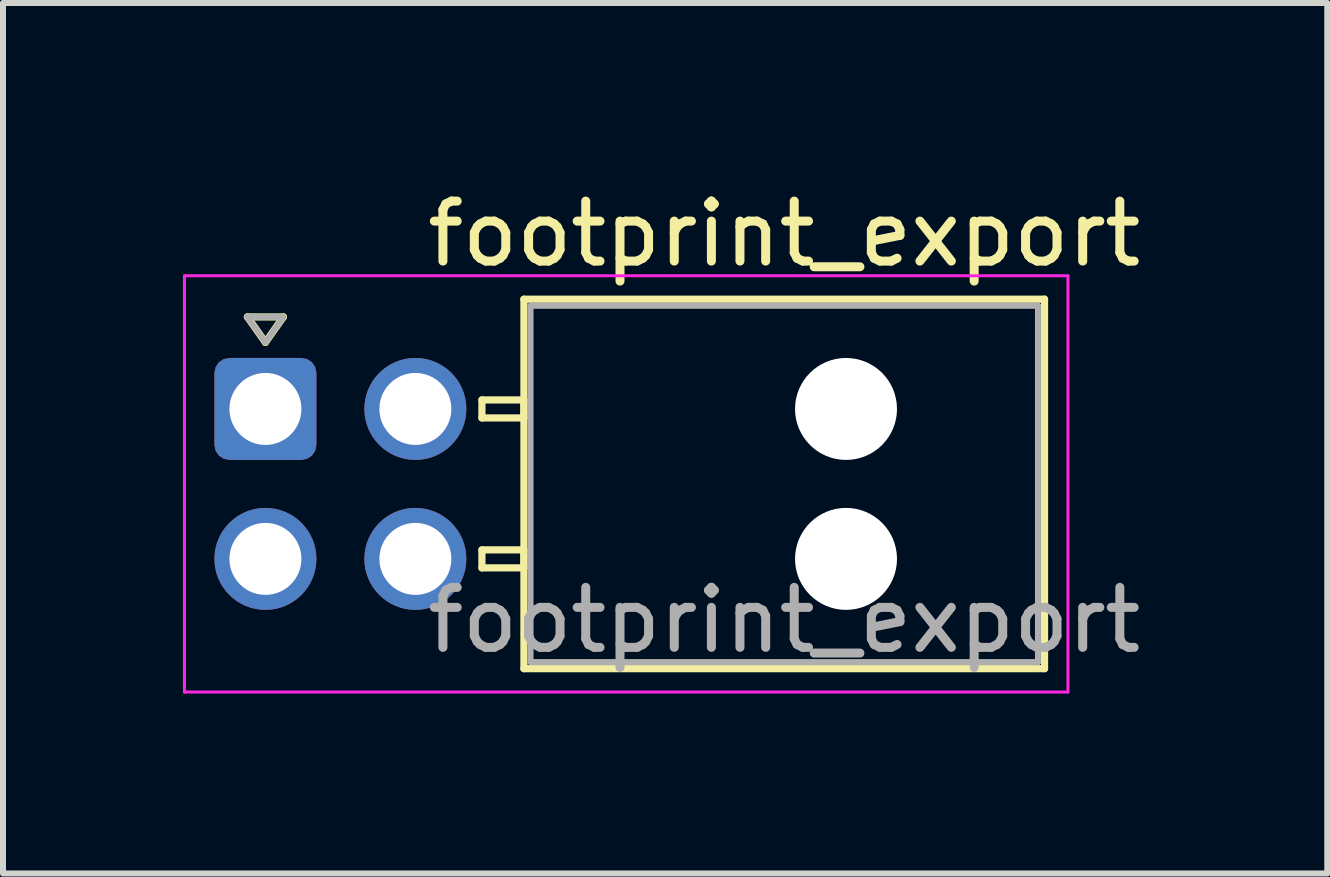
<source format=kicad_pcb>
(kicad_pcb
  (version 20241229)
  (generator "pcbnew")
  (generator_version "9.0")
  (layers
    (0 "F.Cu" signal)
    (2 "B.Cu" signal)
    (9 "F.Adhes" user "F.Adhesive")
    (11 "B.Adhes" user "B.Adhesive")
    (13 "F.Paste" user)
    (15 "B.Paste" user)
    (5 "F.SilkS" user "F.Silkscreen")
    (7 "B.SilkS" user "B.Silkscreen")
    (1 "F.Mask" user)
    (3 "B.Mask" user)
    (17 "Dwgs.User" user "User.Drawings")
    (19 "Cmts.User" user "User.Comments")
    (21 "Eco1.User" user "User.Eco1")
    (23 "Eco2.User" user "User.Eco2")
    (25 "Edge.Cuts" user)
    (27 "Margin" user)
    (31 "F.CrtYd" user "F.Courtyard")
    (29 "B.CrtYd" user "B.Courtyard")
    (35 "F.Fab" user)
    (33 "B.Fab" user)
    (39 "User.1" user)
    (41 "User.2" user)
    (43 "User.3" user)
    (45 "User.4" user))
  (footprint "footprint_export"
    (layer "F.Cu")
    (at 1.375 3.768)
    (property "Reference" "footprint_export" (at 8.65 -2.92 0) (layer "F.SilkS") (effects (font (size 1 1) (thickness 0.15))))
    (attr through_hole)
    (fp_line (start -0.3 -1.534) (end 0 -1.11) (stroke (width 0.12) (type solid)) (layer "F.SilkS"))
    (fp_line (start 0 -1.11) (end 0.3 -1.534) (stroke (width 0.12) (type solid)) (layer "F.SilkS"))
    (fp_line (start 0.3 -1.534) (end -0.3 -1.534) (stroke (width 0.12) (type solid)) (layer "F.SilkS"))
    (fp_line (start 3.61 -0.15) (end 3.61 0.15) (stroke (width 0.12) (type solid)) (layer "F.SilkS"))
    (fp_line (start 3.61 0.15) (end 4.31 0.15) (stroke (width 0.12) (type solid)) (layer "F.SilkS"))
    (fp_line (start 3.61 2.35) (end 3.61 2.65) (stroke (width 0.12) (type solid)) (layer "F.SilkS"))
    (fp_line (start 3.61 2.65) (end 4.31 2.65) (stroke (width 0.12) (type solid)) (layer "F.SilkS"))
    (fp_line (start 4.31 -1.83) (end 4.31 4.33) (stroke (width 0.12) (type solid)) (layer "F.SilkS"))
    (fp_line (start 4.31 -0.15) (end 3.61 -0.15) (stroke (width 0.12) (type solid)) (layer "F.SilkS"))
    (fp_line (start 4.31 0.15) (end 4.31 -0.15) (stroke (width 0.12) (type solid)) (layer "F.SilkS"))
    (fp_line (start 4.31 2.35) (end 3.61 2.35) (stroke (width 0.12) (type solid)) (layer "F.SilkS"))
    (fp_line (start 4.31 2.65) (end 4.31 2.35) (stroke (width 0.12) (type solid)) (layer "F.SilkS"))
    (fp_line (start 4.31 4.33) (end 12.99 4.33) (stroke (width 0.12) (type solid)) (layer "F.SilkS"))
    (fp_line (start 12.99 -1.83) (end 4.31 -1.83) (stroke (width 0.12) (type solid)) (layer "F.SilkS"))
    (fp_line (start 12.99 4.33) (end 12.99 -1.83) (stroke (width 0.12) (type solid)) (layer "F.SilkS"))
    (fp_line (start -1.35 -2.22) (end -1.35 4.72) (stroke (width 0.05) (type solid)) (layer "F.CrtYd"))
    (fp_line (start -1.35 4.72) (end 13.38 4.72) (stroke (width 0.05) (type solid)) (layer "F.CrtYd"))
    (fp_line (start 13.38 -2.22) (end -1.35 -2.22) (stroke (width 0.05) (type solid)) (layer "F.CrtYd"))
    (fp_line (start 13.38 4.72) (end 13.38 -2.22) (stroke (width 0.05) (type solid)) (layer "F.CrtYd"))
    (fp_line (start -0.3 -1.534) (end 0 -1.11) (stroke (width 0.1) (type solid)) (layer "F.Fab"))
    (fp_line (start 0 -1.11) (end 0.3 -1.534) (stroke (width 0.1) (type solid)) (layer "F.Fab"))
    (fp_line (start 0.3 -1.534) (end -0.3 -1.534) (stroke (width 0.1) (type solid)) (layer "F.Fab"))
    (fp_line (start 4.42 -1.72) (end 4.42 4.22) (stroke (width 0.1) (type solid)) (layer "F.Fab"))
    (fp_line (start 4.42 4.22) (end 12.88 4.22) (stroke (width 0.1) (type solid)) (layer "F.Fab"))
    (fp_line (start 12.88 -1.72) (end 4.42 -1.72) (stroke (width 0.1) (type solid)) (layer "F.Fab"))
    (fp_line (start 12.88 4.22) (end 12.88 -1.72) (stroke (width 0.1) (type solid)) (layer "F.Fab"))
    (fp_text user "${REFERENCE}" (at 8.65 3.52 0) (layer "F.Fab") (effects (font (size 1 1) (thickness 0.15))))
    (pad "" np_thru_hole circle (at 9.68 0) (size 1.7 1.7) (drill 1.7) (layers "*.Cu" "*.Mask"))
    (pad "" np_thru_hole circle (at 9.68 2.5) (size 1.7 1.7) (drill 1.7) (layers "*.Cu" "*.Mask"))
    (pad "1" thru_hole roundrect (at 0 0) (size 1.7 1.7) (drill 1.2) (layers "*.Cu" "*.Mask") (roundrect_rratio 0.147))
    (pad "2" thru_hole circle (at 0 2.5) (size 1.7 1.7) (drill 1.2) (layers "*.Cu" "*.Mask"))
    (pad "3" thru_hole circle (at 2.5 0) (size 1.7 1.7) (drill 1.2) (layers "*.Cu" "*.Mask"))
    (pad "4" thru_hole circle (at 2.5 2.5) (size 1.7 1.7) (drill 1.2) (layers "*.Cu" "*.Mask")))
  (gr_rect
    (start -3 -3)
    (end 19.079 11.513)
    (stroke (width 0.1) (type default))
    (fill no)
    (layer "Edge.Cuts")))
</source>
